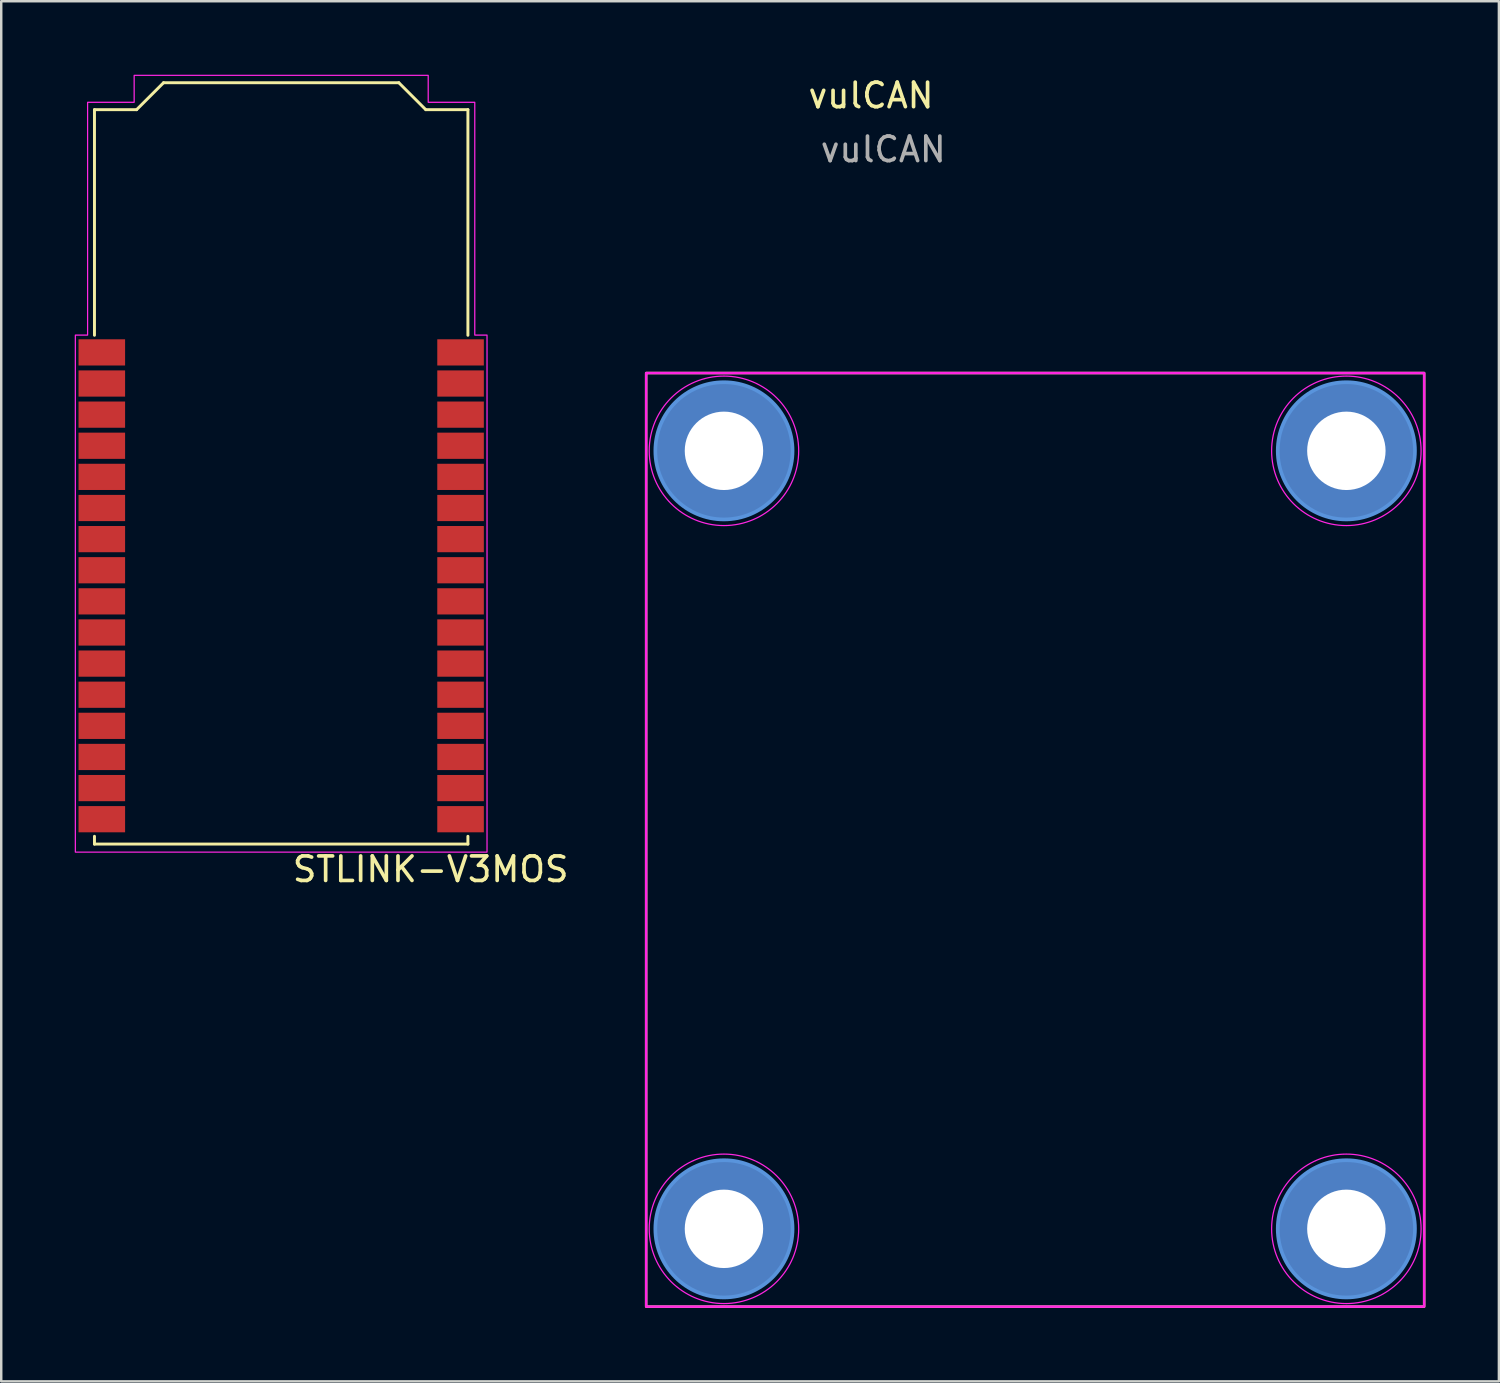
<source format=kicad_pcb>
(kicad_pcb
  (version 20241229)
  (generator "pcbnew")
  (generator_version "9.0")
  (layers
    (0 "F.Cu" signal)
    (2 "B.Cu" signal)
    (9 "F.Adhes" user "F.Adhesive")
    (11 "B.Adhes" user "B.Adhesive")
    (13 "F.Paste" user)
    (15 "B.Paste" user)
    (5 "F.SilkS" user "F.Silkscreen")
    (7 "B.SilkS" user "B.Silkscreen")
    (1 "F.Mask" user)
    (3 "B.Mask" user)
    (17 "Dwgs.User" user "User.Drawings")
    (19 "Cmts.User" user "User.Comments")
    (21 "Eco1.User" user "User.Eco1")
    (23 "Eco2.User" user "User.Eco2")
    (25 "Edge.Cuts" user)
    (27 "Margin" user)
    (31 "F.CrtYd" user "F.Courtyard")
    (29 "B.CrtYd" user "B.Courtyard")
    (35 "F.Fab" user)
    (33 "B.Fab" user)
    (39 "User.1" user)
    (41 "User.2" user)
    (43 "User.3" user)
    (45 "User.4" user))
  (footprint "vulCAN"
    (layer "F.Cu")
    (at 26.494 15.348)
    (property "Reference" "vulCAN" (at 6 -14.5 0) (layer "F.SilkS") (effects (font (size 1 1) (thickness 0.15))))
    (attr exclude_from_pos_files exclude_from_bom)
    (fp_rect (start -3.175 -3.175) (end 28.575 34.925) (stroke (width 0.1) (type default)) (fill no) (layer "F.SilkS"))
    (fp_circle (center 0 0) (end 2.8 0) (stroke (width 0.15) (type solid)) (fill no) (layer "Cmts.User"))
    (fp_circle (center 0 31.75) (end 2.8 31.75) (stroke (width 0.15) (type solid)) (fill no) (layer "Cmts.User"))
    (fp_circle (center 25.4 0) (end 28.2 0) (stroke (width 0.15) (type solid)) (fill no) (layer "Cmts.User"))
    (fp_circle (center 25.4 31.75) (end 28.2 31.75) (stroke (width 0.15) (type solid)) (fill no) (layer "Cmts.User"))
    (fp_rect (start -3.175 -3.175) (end 28.575 34.925) (stroke (width 0.1) (type default)) (fill no) (layer "F.CrtYd"))
    (fp_circle (center 0 0) (end 3.05 0) (stroke (width 0.05) (type solid)) (fill no) (layer "F.CrtYd"))
    (fp_circle (center 0 31.75) (end 3.05 31.75) (stroke (width 0.05) (type solid)) (fill no) (layer "F.CrtYd"))
    (fp_circle (center 25.4 0) (end 28.45 0) (stroke (width 0.05) (type solid)) (fill no) (layer "F.CrtYd"))
    (fp_circle (center 25.4 31.75) (end 28.45 31.75) (stroke (width 0.05) (type solid)) (fill no) (layer "F.CrtYd"))
    (fp_text user "${REFERENCE}" (at 6.5 -12.3 0) (layer "F.Fab") (effects (font (size 1 1) (thickness 0.15))))
    (pad "" thru_hole circle (at 0 0) (size 5.6 5.6) (drill 3.2) (layers "*.Cu" "*.Mask"))
    (pad "" thru_hole circle (at 0 31.75) (size 5.6 5.6) (drill 3.2) (layers "*.Cu" "*.Mask"))
    (pad "" thru_hole circle (at 25.4 0) (size 5.6 5.6) (drill 3.2) (layers "*.Cu" "*.Mask"))
    (pad "" thru_hole circle (at 25.4 31.75) (size 5.6 5.6) (drill 3.2) (layers "*.Cu" "*.Mask")))
  (footprint "STLINK-V3MOS"
    (layer "F.Cu")
    (at 8.425 1.425)
    (property "Reference" "STLINK-V3MOS" (at 6.1 31 0) (layer "F.SilkS") (effects (font (size 1 1) (thickness 0.15))))
    (attr smd)
    (fp_line (start -7.62 0) (end -5.9 0) (stroke (width 0.12) (type solid)) (layer "F.SilkS"))
    (fp_line (start -7.62 9.207) (end -7.62 0) (stroke (width 0.12) (type solid)) (layer "F.SilkS"))
    (fp_line (start -7.62 29.972) (end -7.62 29.654) (stroke (width 0.12) (type solid)) (layer "F.SilkS"))
    (fp_line (start -7.62 29.972) (end 7.62 29.972) (stroke (width 0.12) (type solid)) (layer "F.SilkS"))
    (fp_line (start -5.9 0) (end -4.8 -1.1) (stroke (width 0.12) (type solid)) (layer "F.SilkS"))
    (fp_line (start -4.8 -1.1) (end 4.8 -1.1) (stroke (width 0.12) (type solid)) (layer "F.SilkS"))
    (fp_line (start 4.8 -1.1) (end 5.9 0) (stroke (width 0.12) (type solid)) (layer "F.SilkS"))
    (fp_line (start 5.9 0) (end 7.62 0) (stroke (width 0.12) (type solid)) (layer "F.SilkS"))
    (fp_line (start 7.62 9.207) (end 7.62 0) (stroke (width 0.12) (type solid)) (layer "F.SilkS"))
    (fp_line (start 7.62 29.972) (end 7.62 29.654) (stroke (width 0.12) (type solid)) (layer "F.SilkS"))
    (fp_poly (pts (xy 7.9 9.2) (xy 7.9 -0.3) (xy 6 -0.3) (xy 6 -1.4) (xy -6 -1.4) (xy -6 -0.3) (xy -7.9 -0.3) (xy -7.9 9.2) (xy -8.4 9.2) (xy -8.4 30.3) (xy 8.4 30.3) (xy 8.4 9.2)) (stroke (width 0.05) (type solid)) (fill no) (layer "F.CrtYd"))
    (pad "1" smd rect (at -7.32 9.906) (size 1.9 1.07) (layers "F.Cu" "F.Mask" "F.Paste"))
    (pad "2" smd rect (at -7.32 11.176) (size 1.9 1.07) (layers "F.Cu" "F.Mask" "F.Paste"))
    (pad "3" smd rect (at -7.32 12.446) (size 1.9 1.07) (layers "F.Cu" "F.Mask" "F.Paste"))
    (pad "4" smd rect (at -7.32 13.716) (size 1.9 1.07) (layers "F.Cu" "F.Mask" "F.Paste"))
    (pad "5" smd rect (at -7.32 14.986) (size 1.9 1.07) (layers "F.Cu" "F.Mask" "F.Paste"))
    (pad "6" smd rect (at -7.32 16.256) (size 1.9 1.07) (layers "F.Cu" "F.Mask" "F.Paste"))
    (pad "7" smd rect (at -7.32 17.526) (size 1.9 1.07) (layers "F.Cu" "F.Mask" "F.Paste"))
    (pad "8" smd rect (at -7.32 18.796) (size 1.9 1.07) (layers "F.Cu" "F.Mask" "F.Paste"))
    (pad "9" smd rect (at -7.32 20.066) (size 1.9 1.07) (layers "F.Cu" "F.Mask" "F.Paste"))
    (pad "10" smd rect (at -7.32 21.336) (size 1.9 1.07) (layers "F.Cu" "F.Mask" "F.Paste"))
    (pad "11" smd rect (at -7.32 22.606) (size 1.9 1.07) (layers "F.Cu" "F.Mask" "F.Paste"))
    (pad "12" smd rect (at -7.32 23.876) (size 1.9 1.07) (layers "F.Cu" "F.Mask" "F.Paste"))
    (pad "13" smd rect (at -7.32 25.146) (size 1.9 1.07) (layers "F.Cu" "F.Mask" "F.Paste"))
    (pad "14" smd rect (at -7.32 26.416) (size 1.9 1.07) (layers "F.Cu" "F.Mask" "F.Paste"))
    (pad "15" smd rect (at -7.32 27.686) (size 1.9 1.07) (layers "F.Cu" "F.Mask" "F.Paste"))
    (pad "16" smd rect (at -7.32 28.956) (size 1.9 1.07) (layers "F.Cu" "F.Mask" "F.Paste"))
    (pad "17" smd rect (at 7.32 28.956) (size 1.9 1.07) (layers "F.Cu" "F.Mask" "F.Paste"))
    (pad "18" smd rect (at 7.32 27.686) (size 1.9 1.07) (layers "F.Cu" "F.Mask" "F.Paste"))
    (pad "19" smd rect (at 7.32 26.416) (size 1.9 1.07) (layers "F.Cu" "F.Mask" "F.Paste"))
    (pad "20" smd rect (at 7.32 25.146) (size 1.9 1.07) (layers "F.Cu" "F.Mask" "F.Paste"))
    (pad "21" smd rect (at 7.32 23.876) (size 1.9 1.07) (layers "F.Cu" "F.Mask" "F.Paste"))
    (pad "22" smd rect (at 7.32 22.606) (size 1.9 1.07) (layers "F.Cu" "F.Mask" "F.Paste"))
    (pad "23" smd rect (at 7.32 21.336) (size 1.9 1.07) (layers "F.Cu" "F.Mask" "F.Paste"))
    (pad "24" smd rect (at 7.32 20.066) (size 1.9 1.07) (layers "F.Cu" "F.Mask" "F.Paste"))
    (pad "25" smd rect (at 7.32 18.796) (size 1.9 1.07) (layers "F.Cu" "F.Mask" "F.Paste"))
    (pad "26" smd rect (at 7.32 17.526) (size 1.9 1.07) (layers "F.Cu" "F.Mask" "F.Paste"))
    (pad "27" smd rect (at 7.32 16.256) (size 1.9 1.07) (layers "F.Cu" "F.Mask" "F.Paste"))
    (pad "28" smd rect (at 7.32 14.986) (size 1.9 1.07) (layers "F.Cu" "F.Mask" "F.Paste"))
    (pad "29" smd rect (at 7.32 13.716) (size 1.9 1.07) (layers "F.Cu" "F.Mask" "F.Paste"))
    (pad "30" smd rect (at 7.32 12.446) (size 1.9 1.07) (layers "F.Cu" "F.Mask" "F.Paste"))
    (pad "31" smd rect (at 7.32 11.176) (size 1.9 1.07) (layers "F.Cu" "F.Mask" "F.Paste"))
    (pad "32" smd rect (at 7.32 9.906) (size 1.9 1.07) (layers "F.Cu" "F.Mask" "F.Paste")))
  (gr_rect
    (start -3 -3)
    (end 58.119 53.323)
    (stroke (width 0.1) (type default))
    (fill no)
    (layer "Edge.Cuts")))
</source>
